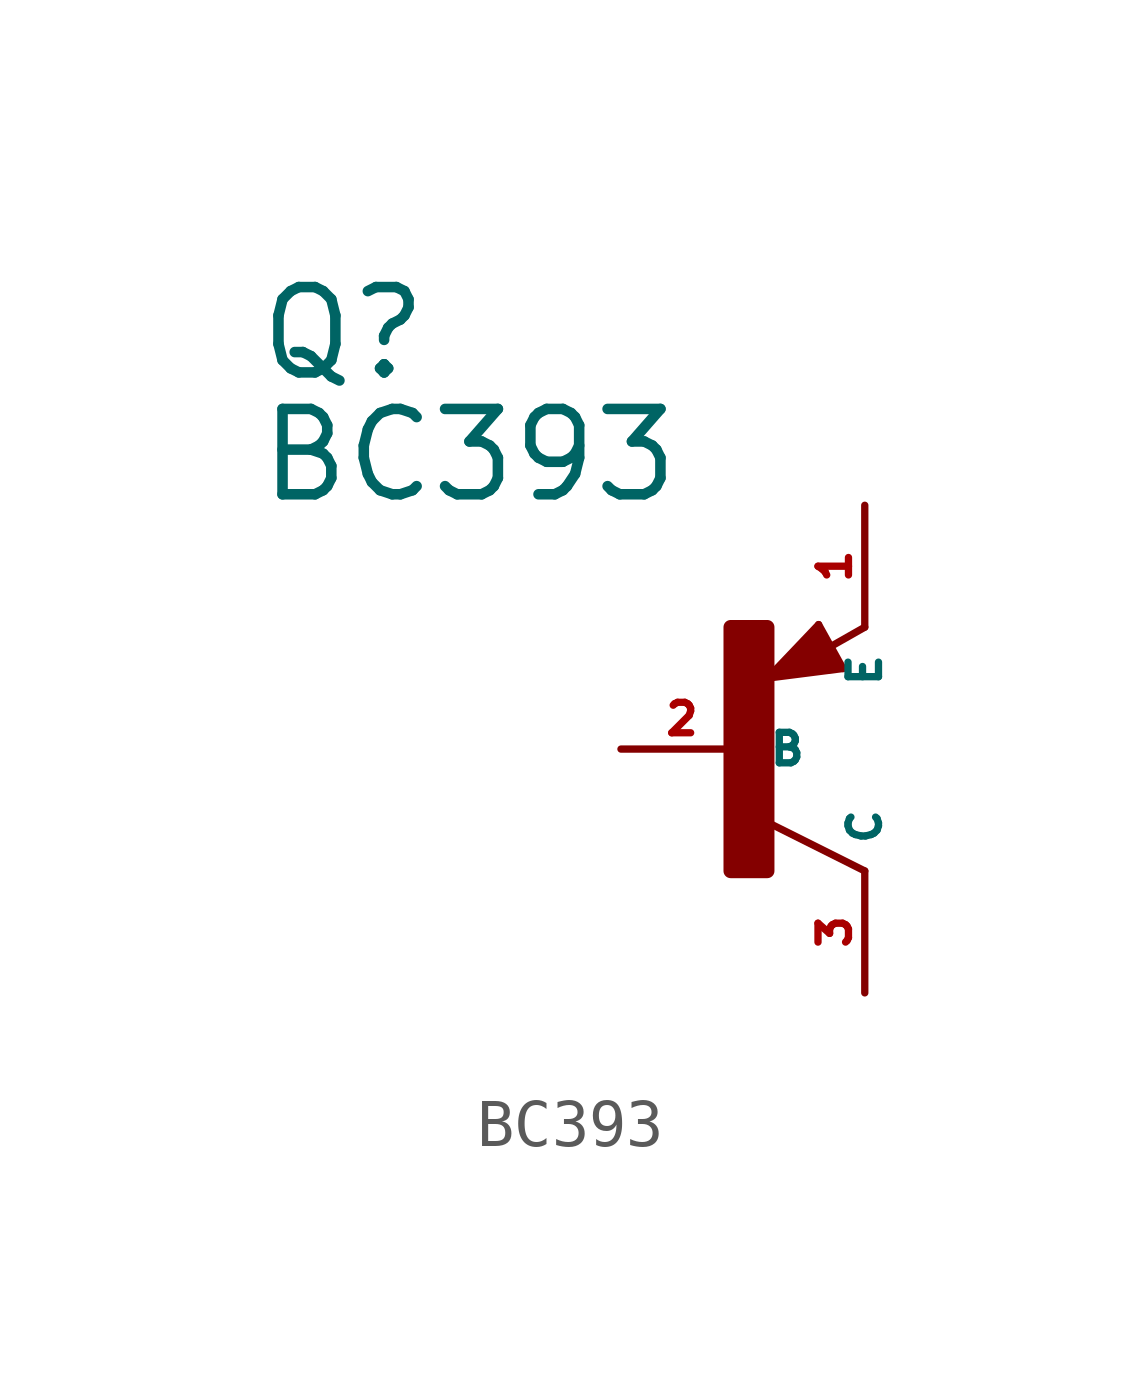
<source format=kicad_sym>
(kicad_symbol_lib
  (version 20220914)
  (generator Eagle2Kicad)
  (symbol "BC393"
    (property "Reference" "Q"
      (at -10.16 7.62 0)
      (effects (font (size 1.778 1.778) (thickness 0.22)) (justify left bottom)))
    (property "Value" "BC393"
      (at -10.16 5.08 0)
      (effects (font (size 1.778 1.778) (thickness 0.22)) (justify left bottom)))
    (polyline
      (pts (xy 2.086 1.678) (xy 1.578 2.594))
      (stroke (width 0.152) (type default))
      (fill (type none)))
    (polyline
      (pts (xy 1.578 2.594) (xy 0.516 1.478))
      (stroke (width 0.152) (type default))
      (fill (type none)))
    (polyline
      (pts (xy 0.516 1.478) (xy 2.086 1.678))
      (stroke (width 0.152) (type default))
      (fill (type none)))
    (polyline
      (pts (xy 2.54 2.54) (xy 1.808 2.124))
      (stroke (width 0.152) (type default))
      (fill (type none)))
    (polyline
      (pts (xy 2.54 -2.54) (xy 0.508 -1.524))
      (stroke (width 0.152) (type default))
      (fill (type none)))
    (polyline
      (pts (xy 1.905 1.778) (xy 1.524 2.413))
      (stroke (width 0.254) (type default))
      (fill (type none)))
    (polyline
      (pts (xy 1.524 2.413) (xy 0.762 1.651))
      (stroke (width 0.254) (type default))
      (fill (type none)))
    (polyline
      (pts (xy 0.762 1.651) (xy 1.778 1.778))
      (stroke (width 0.254) (type default))
      (fill (type none)))
    (polyline
      (pts (xy 1.778 1.778) (xy 1.524 2.159))
      (stroke (width 0.254) (type default))
      (fill (type none)))
    (polyline
      (pts (xy 1.524 2.159) (xy 1.143 1.905))
      (stroke (width 0.254) (type default))
      (fill (type none)))
    (polyline
      (pts (xy 1.143 1.905) (xy 1.524 1.905))
      (stroke (width 0.254) (type default))
      (fill (type none)))
    (rectangle
      (start -0.254 -2.54)
      (end 0.508 2.54)
      (stroke (width 0.3) (type default))
      (fill (type outline)))
    (pin passive line
      (at -2.54 0 0)
      (length 2.54)
      (name "B" (effects (font (size 0.635 0.635) (thickness 0.08)) (justify left bottom)))
      (number "2" (effects (font (size 0.635 0.635) (thickness 0.08)) (justify left bottom))))
    (pin passive line
      (at 2.54 5.08 270)
      (length 2.54)
      (name "E" (effects (font (size 0.635 0.635) (thickness 0.08)) (justify left bottom)))
      (number "1" (effects (font (size 0.635 0.635) (thickness 0.08)) (justify left bottom))))
    (pin passive line
      (at 2.54 -5.08 90)
      (length 2.54)
      (name "C" (effects (font (size 0.635 0.635) (thickness 0.08)) (justify left bottom)))
      (number "3" (effects (font (size 0.635 0.635) (thickness 0.08)) (justify left bottom))))))
</source>
